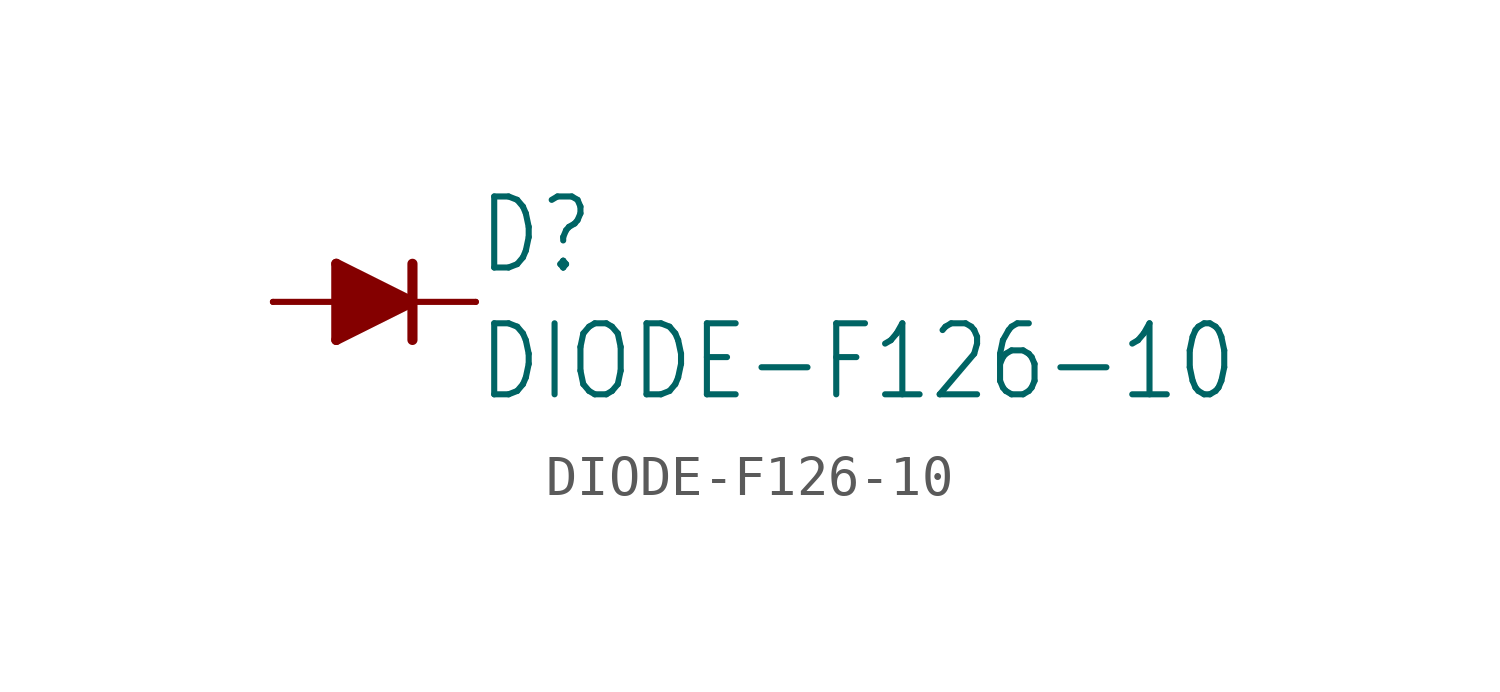
<source format=kicad_sym>
(kicad_symbol_lib
  (version 20211014)
  (generator kicad_symbol_editor)
  (symbol "DIODE-F126-10"
    (property "Reference" "D"
      (at 2.54 0.635 0)
      (effects (font (size 1.778 1.511)) (justify left bottom)))
    (property "Value" "DIODE-F126-10"
      (at 2.54 -2.54 0)
      (effects (font (size 1.778 1.511)) (justify left bottom)))
    (property "ki_locked" ""
      (at 0 0 0)
      (effects (font (size 1.27 1.27))))
    (symbol "DIODE-F126-10_1_0"
      (polyline (pts (xy -0.953 -0.953) (xy 0.953 0)) (stroke (width 0.254) (type default) (color 0 0 0 0)) (fill (type none)))
      (polyline (pts (xy -0.953 0) (xy -2.54 0)) (stroke (width 0.152) (type default) (color 0 0 0 0)) (fill (type none)))
      (polyline (pts (xy -0.953 0) (xy -0.953 -0.953)) (stroke (width 0.254) (type default) (color 0 0 0 0)) (fill (type none)))
      (polyline (pts (xy -0.953 0.953) (xy -0.953 0)) (stroke (width 0.254) (type default) (color 0 0 0 0)) (fill (type none)))
      (polyline (pts (xy 0.953 0) (xy -0.953 0.953)) (stroke (width 0.254) (type default) (color 0 0 0 0)) (fill (type none)))
      (polyline (pts (xy 0.953 0) (xy 0.953 -0.953)) (stroke (width 0.254) (type default) (color 0 0 0 0)) (fill (type none)))
      (polyline (pts (xy 0.953 0) (xy 2.54 0)) (stroke (width 0.152) (type default) (color 0 0 0 0)) (fill (type none)))
      (polyline (pts (xy 0.953 0.953) (xy 0.953 0)) (stroke (width 0.254) (type default) (color 0 0 0 0)) (fill (type none)))
      (polyline (pts (xy -0.953 0.953) (xy 0.953 0) (xy -0.953 -0.953)) (stroke (width 0) (type default) (color 0 0 0 0)) (fill (type outline)))
      (pin passive line (at -2.54 0 0) (length 0) (name "A" (effects (font (size 0 0)))) (number "A" (effects (font (size 0 0)))))
      (pin passive line (at 2.54 0 180) (length 0) (name "C" (effects (font (size 0 0)))) (number "C" (effects (font (size 0 0))))))))
</source>
